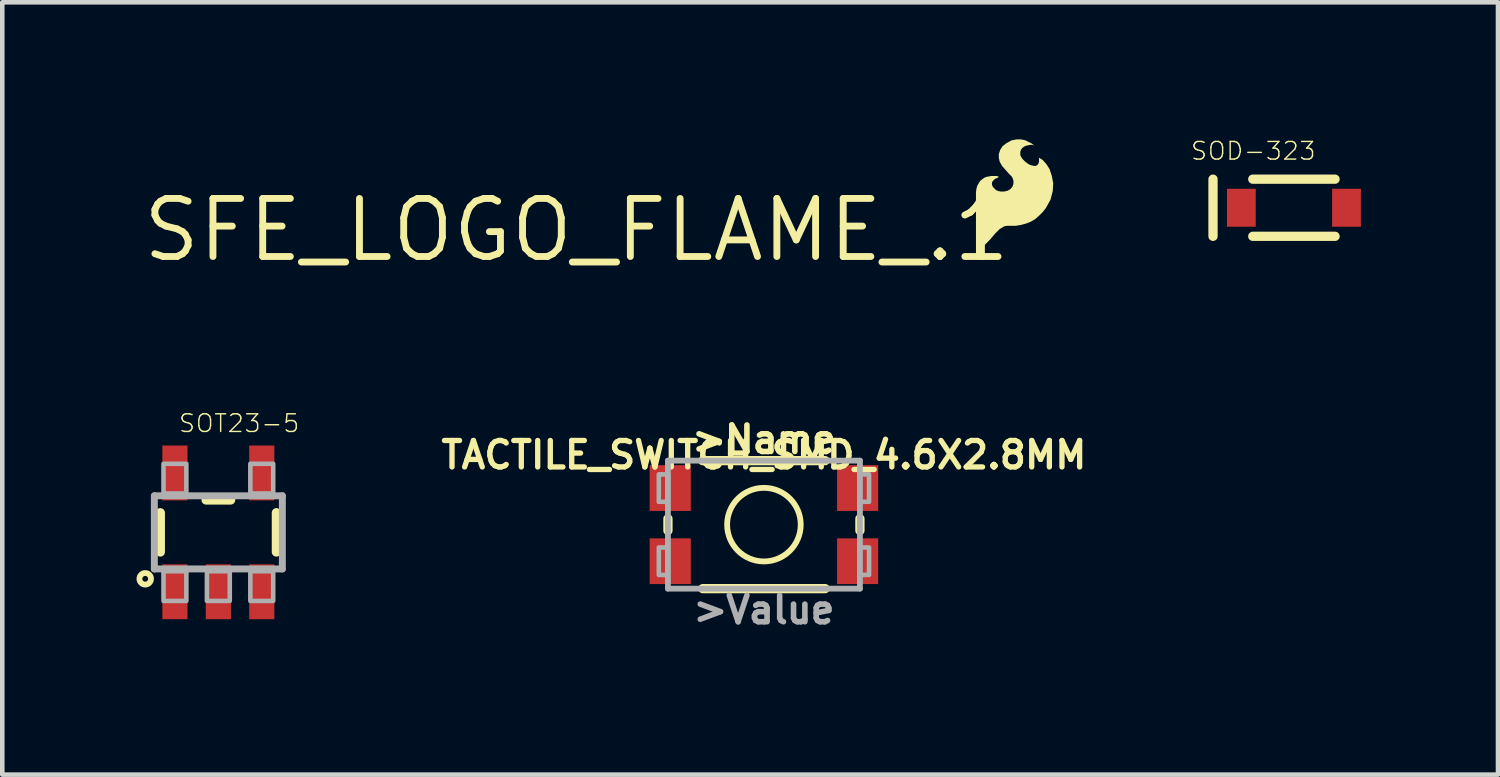
<source format=kicad_pcb>
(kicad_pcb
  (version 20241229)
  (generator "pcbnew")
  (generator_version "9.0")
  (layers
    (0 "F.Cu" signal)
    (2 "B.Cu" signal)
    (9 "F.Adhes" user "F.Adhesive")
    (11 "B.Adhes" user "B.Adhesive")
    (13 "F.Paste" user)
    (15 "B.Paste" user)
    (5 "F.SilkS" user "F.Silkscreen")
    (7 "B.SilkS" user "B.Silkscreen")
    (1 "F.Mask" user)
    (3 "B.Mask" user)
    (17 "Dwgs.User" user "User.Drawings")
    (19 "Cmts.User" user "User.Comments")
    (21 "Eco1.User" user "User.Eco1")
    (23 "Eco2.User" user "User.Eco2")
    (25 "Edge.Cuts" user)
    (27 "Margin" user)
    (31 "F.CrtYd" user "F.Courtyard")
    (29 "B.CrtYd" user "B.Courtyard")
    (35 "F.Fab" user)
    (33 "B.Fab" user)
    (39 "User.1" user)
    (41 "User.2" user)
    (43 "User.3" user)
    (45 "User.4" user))
  (footprint "SOD-323"
    (layer "F.Cu")
    (at 25.258 1.495)
    (property "Reference" "SOD-323" (at -0.889 -1.016 180) (layer "F.SilkS") (effects (font (size 0.386 0.386) (thickness 0.031)) (justify bottom)))
    (attr through_hole)
    (fp_line (start -1.77 -0.625) (end -1.77 0.625) (stroke (width 0.203) (type solid)) (layer "F.SilkS"))
    (fp_line (start -0.9 -0.625) (end 0.9 -0.625) (stroke (width 0.203) (type solid)) (layer "F.SilkS"))
    (fp_line (start -0.9 0.625) (end 0.9 0.625) (stroke (width 0.203) (type solid)) (layer "F.SilkS"))
    (pad "A" smd rect (at 1.15 0) (size 0.63 0.83) (layers "F.Cu" "F.Mask" "F.Paste"))
    (pad "C" smd rect (at -1.15 0) (size 0.63 0.83) (layers "F.Cu" "F.Mask" "F.Paste")))
  (footprint "SFE_LOGO_FLAME_.1"
    (layer "F.Cu")
    (at 19.125 1.239)
    (property "Reference" "SFE_LOGO_FLAME_.1" (at 0 0 0) (layer "F.SilkS") (effects (font (size 1.27 1.27) (thickness 0.15)) (justify right top)))
    (attr through_hole)
    (fp_poly (pts (xy 0.557 -0.839) (xy 0.557 -0.749) (xy 0.547 -0.719) (xy 0.537 -0.699) (xy 0.507 -0.669) (xy 0.477 -0.659) (xy 0.447 -0.659) (xy 0.367 -0.679) (xy 0.327 -0.699) (xy 0.297 -0.719) (xy 0.257 -0.749) (xy 0.197 -0.809) (xy 0.157 -0.869) (xy 0.147 -0.909) (xy 0.147 -0.969) (xy 0.157 -0.999) (xy 0.167 -1.019) (xy 0.187 -1.049) (xy 0.227 -1.079) (xy 0.267 -1.099) (xy 0.317 -1.109) (xy 0.357 -1.119) (xy 0.417 -1.119) (xy 0.437 -1.109) (xy 0.447 -1.109) (xy 0.437 -1.119) (xy 0.397 -1.149) (xy 0.257 -1.219) (xy 0.167 -1.239) (xy 0.067 -1.239) (xy -0.043 -1.219) (xy -0.153 -1.159) (xy -0.243 -1.089) (xy -0.293 -1.009) (xy -0.323 -0.919) (xy -0.323 -0.839) (xy -0.303 -0.749) (xy -0.253 -0.659) (xy -0.183 -0.579) (xy -0.103 -0.489) (xy -0.033 -0.419) (xy -0.003 -0.339) (xy -0.003 -0.269) (xy -0.023 -0.209) (xy -0.063 -0.159) (xy -0.123 -0.119) (xy -0.203 -0.099) (xy -0.283 -0.099) (xy -0.333 -0.109) (xy -0.383 -0.129) (xy -0.443 -0.189) (xy -0.463 -0.219) (xy -0.473 -0.249) (xy -0.473 -0.289) (xy -0.463 -0.319) (xy -0.403 -0.379) (xy -0.373 -0.389) (xy -0.333 -0.409) (xy -0.323 -0.419) (xy -0.363 -0.439) (xy -0.483 -0.439) (xy -0.543 -0.429) (xy -0.593 -0.419) (xy -0.643 -0.399) (xy -0.683 -0.369) (xy -0.733 -0.329) (xy -0.793 -0.229) (xy -0.813 -0.159) (xy -0.823 -0.079) (xy -0.823 1.291) (xy -0.773 1.241) (xy -0.743 1.191) (xy -0.693 1.141) (xy -0.643 1.081) (xy -0.523 0.961) (xy -0.403 0.821) (xy -0.303 0.721) (xy -0.203 0.661) (xy -0.143 0.651) (xy 0.047 0.651) (xy 0.167 0.631) (xy 0.277 0.601) (xy 0.377 0.561) (xy 0.477 0.501) (xy 0.557 0.431) (xy 0.637 0.351) (xy 0.707 0.261) (xy 0.807 0.081) (xy 0.857 -0.109) (xy 0.867 -0.279) (xy 0.837 -0.439) (xy 0.787 -0.589) (xy 0.717 -0.699) (xy 0.637 -0.789)) (stroke (width 0) (type solid)) (fill yes) (layer "F.SilkS")))
  (footprint "SOT23-5"
    (layer "F.Cu")
    (at 1.727 8.597)
    (property "Reference" "SOT23-5" (at -0.889 -2.159 0) (layer "F.SilkS") (effects (font (size 0.386 0.386) (thickness 0.031)) (justify left bottom)))
    (attr through_hole)
    (fp_line (start -1.27 0.429) (end -1.27 -0.429) (stroke (width 0.203) (type solid)) (layer "F.SilkS"))
    (fp_line (start -0.268 -0.709) (end 0.268 -0.709) (stroke (width 0.203) (type solid)) (layer "F.SilkS"))
    (fp_line (start 1.27 -0.429) (end 1.27 0.429) (stroke (width 0.203) (type solid)) (layer "F.SilkS"))
    (fp_circle (center -1.6 1.016) (end -1.537 1.016) (stroke (width 0.127) (type solid)) (fill no) (layer "F.SilkS"))
    (fp_line (start -1.4 -0.8) (end -1.4 0.8) (stroke (width 0.152) (type solid)) (layer "F.Fab"))
    (fp_line (start -1.4 -0.8) (end 1.4 -0.8) (stroke (width 0.152) (type solid)) (layer "F.Fab"))
    (fp_line (start 1.4 -0.8) (end 1.4 0.8) (stroke (width 0.152) (type solid)) (layer "F.Fab"))
    (fp_line (start 1.4 0.8) (end -1.4 0.8) (stroke (width 0.152) (type solid)) (layer "F.Fab"))
    (fp_poly (pts (xy -1.2 -0.85) (xy -0.7 -0.85) (xy -0.7 -1.5) (xy -1.2 -1.5)) (stroke (width 0.1) (type solid)) (fill no) (layer "F.Fab"))
    (fp_poly (pts (xy -1.2 1.5) (xy -0.7 1.5) (xy -0.7 0.85) (xy -1.2 0.85)) (stroke (width 0.1) (type solid)) (fill no) (layer "F.Fab"))
    (fp_poly (pts (xy -0.25 1.5) (xy 0.25 1.5) (xy 0.25 0.85) (xy -0.25 0.85)) (stroke (width 0.1) (type solid)) (fill no) (layer "F.Fab"))
    (fp_poly (pts (xy 0.7 -0.85) (xy 1.2 -0.85) (xy 1.2 -1.5) (xy 0.7 -1.5)) (stroke (width 0.1) (type solid)) (fill no) (layer "F.Fab"))
    (fp_poly (pts (xy 0.7 1.5) (xy 1.2 1.5) (xy 1.2 0.85) (xy 0.7 0.85)) (stroke (width 0.1) (type solid)) (fill no) (layer "F.Fab"))
    (pad "1" smd rect (at -0.95 1.3) (size 0.55 1.2) (layers "F.Cu" "F.Mask" "F.Paste"))
    (pad "2" smd rect (at 0 1.3) (size 0.55 1.2) (layers "F.Cu" "F.Mask" "F.Paste"))
    (pad "3" smd rect (at 0.95 1.3) (size 0.55 1.2) (layers "F.Cu" "F.Mask" "F.Paste"))
    (pad "4" smd rect (at 0.95 -1.3) (size 0.55 1.2) (layers "F.Cu" "F.Mask" "F.Paste"))
    (pad "5" smd rect (at -0.95 -1.3) (size 0.55 1.2) (layers "F.Cu" "F.Mask" "F.Paste")))
  (footprint "TACTILE_SWITCH_SMD_4.6X2.8MM"
    (layer "F.Cu")
    (at 13.663 8.428)
    (property "Reference" "TACTILE_SWITCH_SMD_4.6X2.8MM" (at 0 -1.524 0) (layer "F.SilkS") (effects (font (size 0.579 0.579) (thickness 0.116))))
    (attr through_hole)
    (fp_line (start -2.1 -0.13) (end -2.1 0.13) (stroke (width 0.203) (type solid)) (layer "F.SilkS"))
    (fp_line (start -1.338 -1.4) (end 1.338 -1.4) (stroke (width 0.203) (type solid)) (layer "F.SilkS"))
    (fp_line (start 1.338 1.4) (end -1.338 1.4) (stroke (width 0.203) (type solid)) (layer "F.SilkS"))
    (fp_line (start 2.1 0.13) (end 2.1 -0.13) (stroke (width 0.203) (type solid)) (layer "F.SilkS"))
    (fp_circle (center 0 0) (end 0.805 0) (stroke (width 0.127) (type solid)) (fill no) (layer "F.SilkS"))
    (fp_line (start -2.1 -1.4) (end -2.1 1.4) (stroke (width 0.127) (type solid)) (layer "F.Fab"))
    (fp_line (start -2.1 -1.4) (end 2.1 -1.4) (stroke (width 0.127) (type solid)) (layer "F.Fab"))
    (fp_line (start -2.1 1.4) (end 2.1 1.4) (stroke (width 0.127) (type solid)) (layer "F.Fab"))
    (fp_line (start 2.1 1.4) (end 2.1 -1.4) (stroke (width 0.127) (type solid)) (layer "F.Fab"))
    (fp_poly (pts (xy -2.3 -0.5) (xy -2.1 -0.5) (xy -2.1 -1.1) (xy -2.3 -1.1)) (stroke (width 0.1) (type solid)) (fill no) (layer "F.Fab"))
    (fp_poly (pts (xy -2.3 1.1) (xy -2.1 1.1) (xy -2.1 0.5) (xy -2.3 0.5)) (stroke (width 0.1) (type solid)) (fill no) (layer "F.Fab"))
    (fp_poly (pts (xy 2.3 -1.1) (xy 2.1 -1.1) (xy 2.1 -0.5) (xy 2.3 -0.5)) (stroke (width 0.1) (type solid)) (fill no) (layer "F.Fab"))
    (fp_poly (pts (xy 2.3 0.5) (xy 2.1 0.5) (xy 2.1 1.1) (xy 2.3 1.1)) (stroke (width 0.1) (type solid)) (fill no) (layer "F.Fab"))
    (fp_text user ">Name" (at 0 -1.524 0) (layer "F.SilkS") (effects (font (size 0.579 0.579) (thickness 0.122)) (justify bottom)))
    (fp_text user ">Value" (at 0 1.524 0) (layer "F.Fab") (effects (font (size 0.579 0.579) (thickness 0.122)) (justify top)))
    (pad "1" smd rect (at -2.05 0.8) (size 0.9 1) (layers "F.Cu" "F.Mask" "F.Paste"))
    (pad "2" smd rect (at 2.05 0.8) (size 0.9 1) (layers "F.Cu" "F.Mask" "F.Paste"))
    (pad "3" smd rect (at 2.05 -0.8) (size 0.9 1) (layers "F.Cu" "F.Mask" "F.Paste"))
    (pad "4" smd rect (at -2.05 -0.8) (size 0.9 1) (layers "F.Cu" "F.Mask" "F.Paste")))
  (gr_rect
    (start -3 -3)
    (end 29.723 13.897)
    (stroke (width 0.1) (type default))
    (fill no)
    (layer "Edge.Cuts")))
</source>
